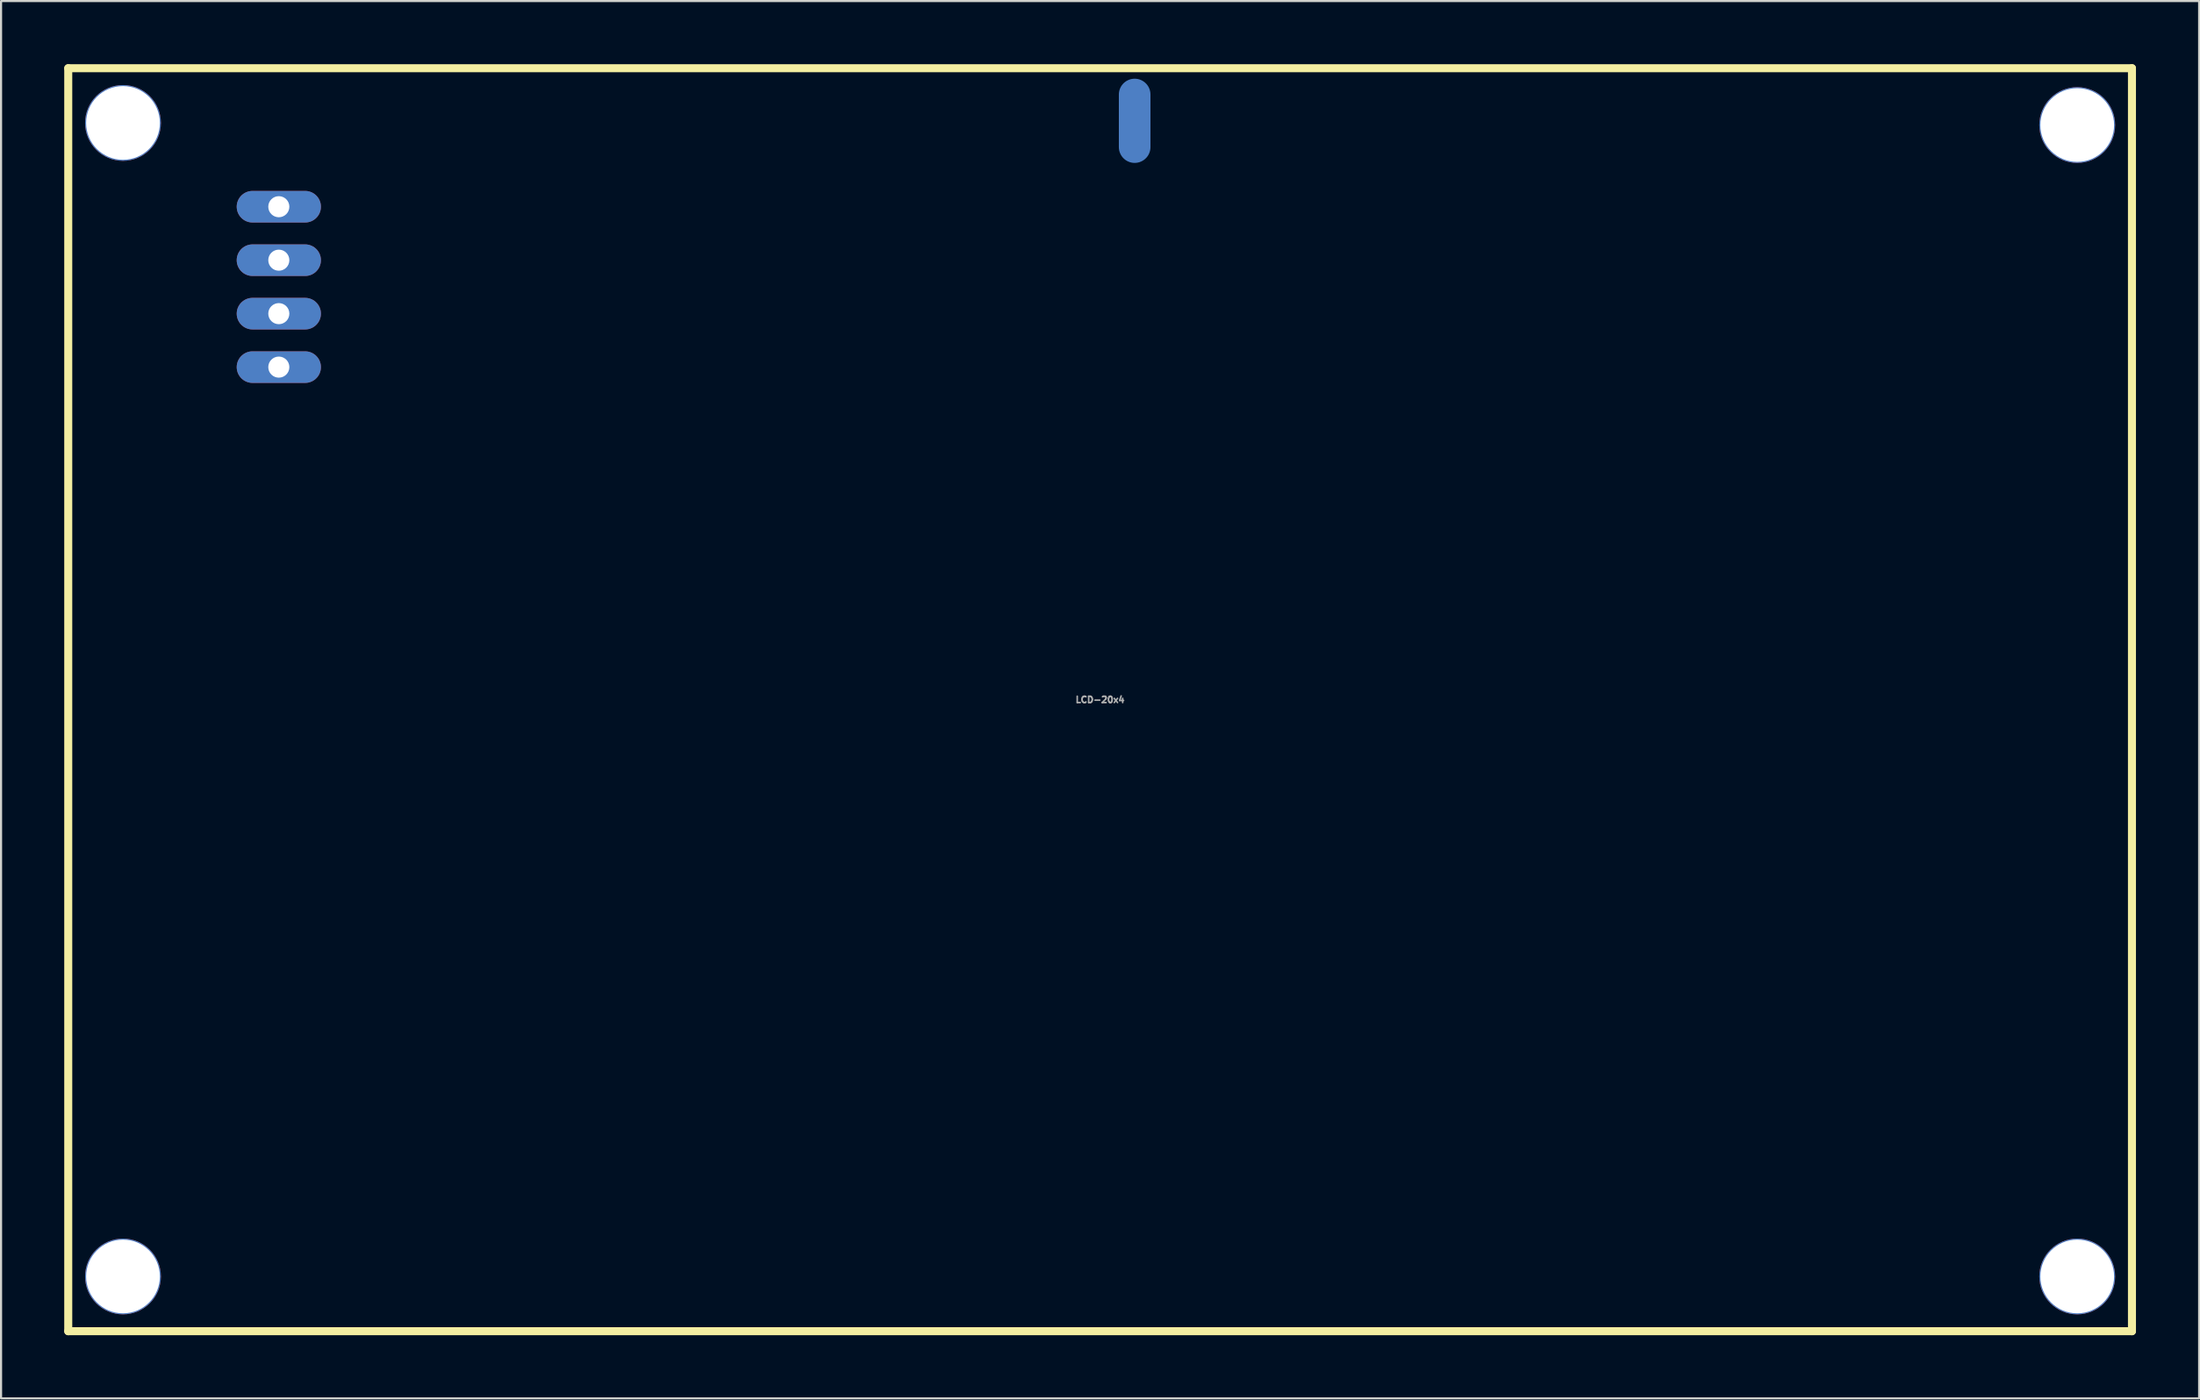
<source format=kicad_pcb>
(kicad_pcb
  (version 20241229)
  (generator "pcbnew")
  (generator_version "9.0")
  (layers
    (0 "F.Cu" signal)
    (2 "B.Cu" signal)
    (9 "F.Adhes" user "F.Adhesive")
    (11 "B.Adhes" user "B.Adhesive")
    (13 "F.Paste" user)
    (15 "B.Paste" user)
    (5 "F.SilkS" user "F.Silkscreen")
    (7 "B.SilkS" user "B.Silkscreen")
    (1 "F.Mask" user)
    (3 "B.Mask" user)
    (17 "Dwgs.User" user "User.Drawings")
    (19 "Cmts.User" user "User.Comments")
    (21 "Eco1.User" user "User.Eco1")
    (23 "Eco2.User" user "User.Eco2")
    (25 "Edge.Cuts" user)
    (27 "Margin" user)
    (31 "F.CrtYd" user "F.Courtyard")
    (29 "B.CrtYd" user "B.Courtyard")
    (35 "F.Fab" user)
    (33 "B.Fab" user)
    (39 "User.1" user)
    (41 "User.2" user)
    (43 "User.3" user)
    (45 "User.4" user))
  (footprint "LCD-20x4"
    (layer "F.Cu")
    (at 49.19 30.19)
    (property "Reference" "LCD-20x4" (at 0 0 0) (layer "F.Fab") (effects (font (size 0.3 0.3) (thickness 0.075))))
    (attr smd)
    (fp_line (start -48.999 -30) (end 48.999 -30) (stroke (width 0.381) (type solid)) (layer "F.SilkS"))
    (fp_line (start -48.999 30) (end -48.999 -30) (stroke (width 0.381) (type solid)) (layer "F.SilkS"))
    (fp_line (start 48.999 -30) (end 48.999 30) (stroke (width 0.381) (type solid)) (layer "F.SilkS"))
    (fp_line (start 48.999 30) (end -48.999 30) (stroke (width 0.381) (type solid)) (layer "F.SilkS"))
    (fp_line (start -49 -27.4) (end -48.2 -27.4) (stroke (width 0.12) (type solid)) (layer "Eco1.User"))
    (fp_line (start -48.2 27.4) (end -49 27.4) (stroke (width 0.12) (type solid)) (layer "Eco1.User"))
    (fp_line (start -46.4 -29.2) (end -46.4 -30) (stroke (width 0.12) (type solid)) (layer "Eco1.User"))
    (fp_line (start -46.4 30) (end -46.4 29.2) (stroke (width 0.12) (type solid)) (layer "Eco1.User"))
    (fp_line (start 46.4 -29.9) (end 46.4 -29.1) (stroke (width 0.12) (type solid)) (layer "Eco1.User"))
    (fp_line (start 46.4 29.2) (end 46.4 30) (stroke (width 0.12) (type solid)) (layer "Eco1.User"))
    (fp_line (start 48.2 -27.3) (end 49 -27.3) (stroke (width 0.12) (type solid)) (layer "Eco1.User"))
    (fp_line (start 49 27.4) (end 48.2 27.4) (stroke (width 0.12) (type solid)) (layer "Eco1.User"))
    (fp_circle (center -46.501 27.5) (end -46.475 27.5) (stroke (width 0.381) (type solid)) (fill no) (layer "F.Fab"))
    (fp_circle (center -46.5 -27.501) (end -46.5 -27.475) (stroke (width 0.381) (type solid)) (fill no) (layer "F.Fab"))
    (fp_circle (center -46.5 27.501) (end -46.474 27.526) (stroke (width 0.381) (type solid)) (fill no) (layer "F.Fab"))
    (fp_circle (center 46.5 -27.501) (end 46.5 -27.475) (stroke (width 0.381) (type solid)) (fill no) (layer "F.Fab"))
    (fp_circle (center 46.5 27.501) (end 46.5 27.475) (stroke (width 0.381) (type solid)) (fill no) (layer "F.Fab"))
    (fp_circle (center 46.5 27.501) (end 46.5 27.526) (stroke (width 0.381) (type solid)) (fill no) (layer "F.Fab"))
    (fp_circle (center 46.501 -27.4) (end 46.475 -27.4) (stroke (width 0.381) (type solid)) (fill no) (layer "F.Fab"))
    (pad "" np_thru_hole circle (at -46.4 -27.4) (size 3.6 3.6) (drill 3.5) (layers "*.Cu" "*.Mask"))
    (pad "" np_thru_hole circle (at -46.4 27.4 90) (size 3.6 3.6) (drill 3.5) (layers "*.Cu" "*.Mask"))
    (pad "" smd oval (at 1.641 -27.501) (size 1.501 4) (layers "B.Cu" "B.Mask" "B.Paste"))
    (pad "" np_thru_hole circle (at 46.4 -27.3 270) (size 3.6 3.6) (drill 3.5) (layers "*.Cu" "*.Mask"))
    (pad "" np_thru_hole circle (at 46.4 27.4 180) (size 3.6 3.6) (drill 3.5) (layers "*.Cu" "*.Mask"))
    (pad "1" thru_hole oval (at -39 -15.8 90) (size 1.501 4) (drill 1.001) (layers "*.Cu" "*.Mask"))
    (pad "2" thru_hole oval (at -39 -18.34 90) (size 1.501 4) (drill 1.001) (layers "*.Cu" "*.Mask"))
    (pad "3" thru_hole oval (at -39 -20.88 90) (size 1.501 4) (drill 1.001) (layers "*.Cu" "*.Mask"))
    (pad "4" thru_hole oval (at -39 -23.42 90) (size 1.501 4) (drill 1.001) (layers "*.Cu" "*.Mask")))
  (gr_rect
    (start -3 -3)
    (end 101.379 63.381)
    (stroke (width 0.1) (type default))
    (fill no)
    (layer "Edge.Cuts")))
</source>
